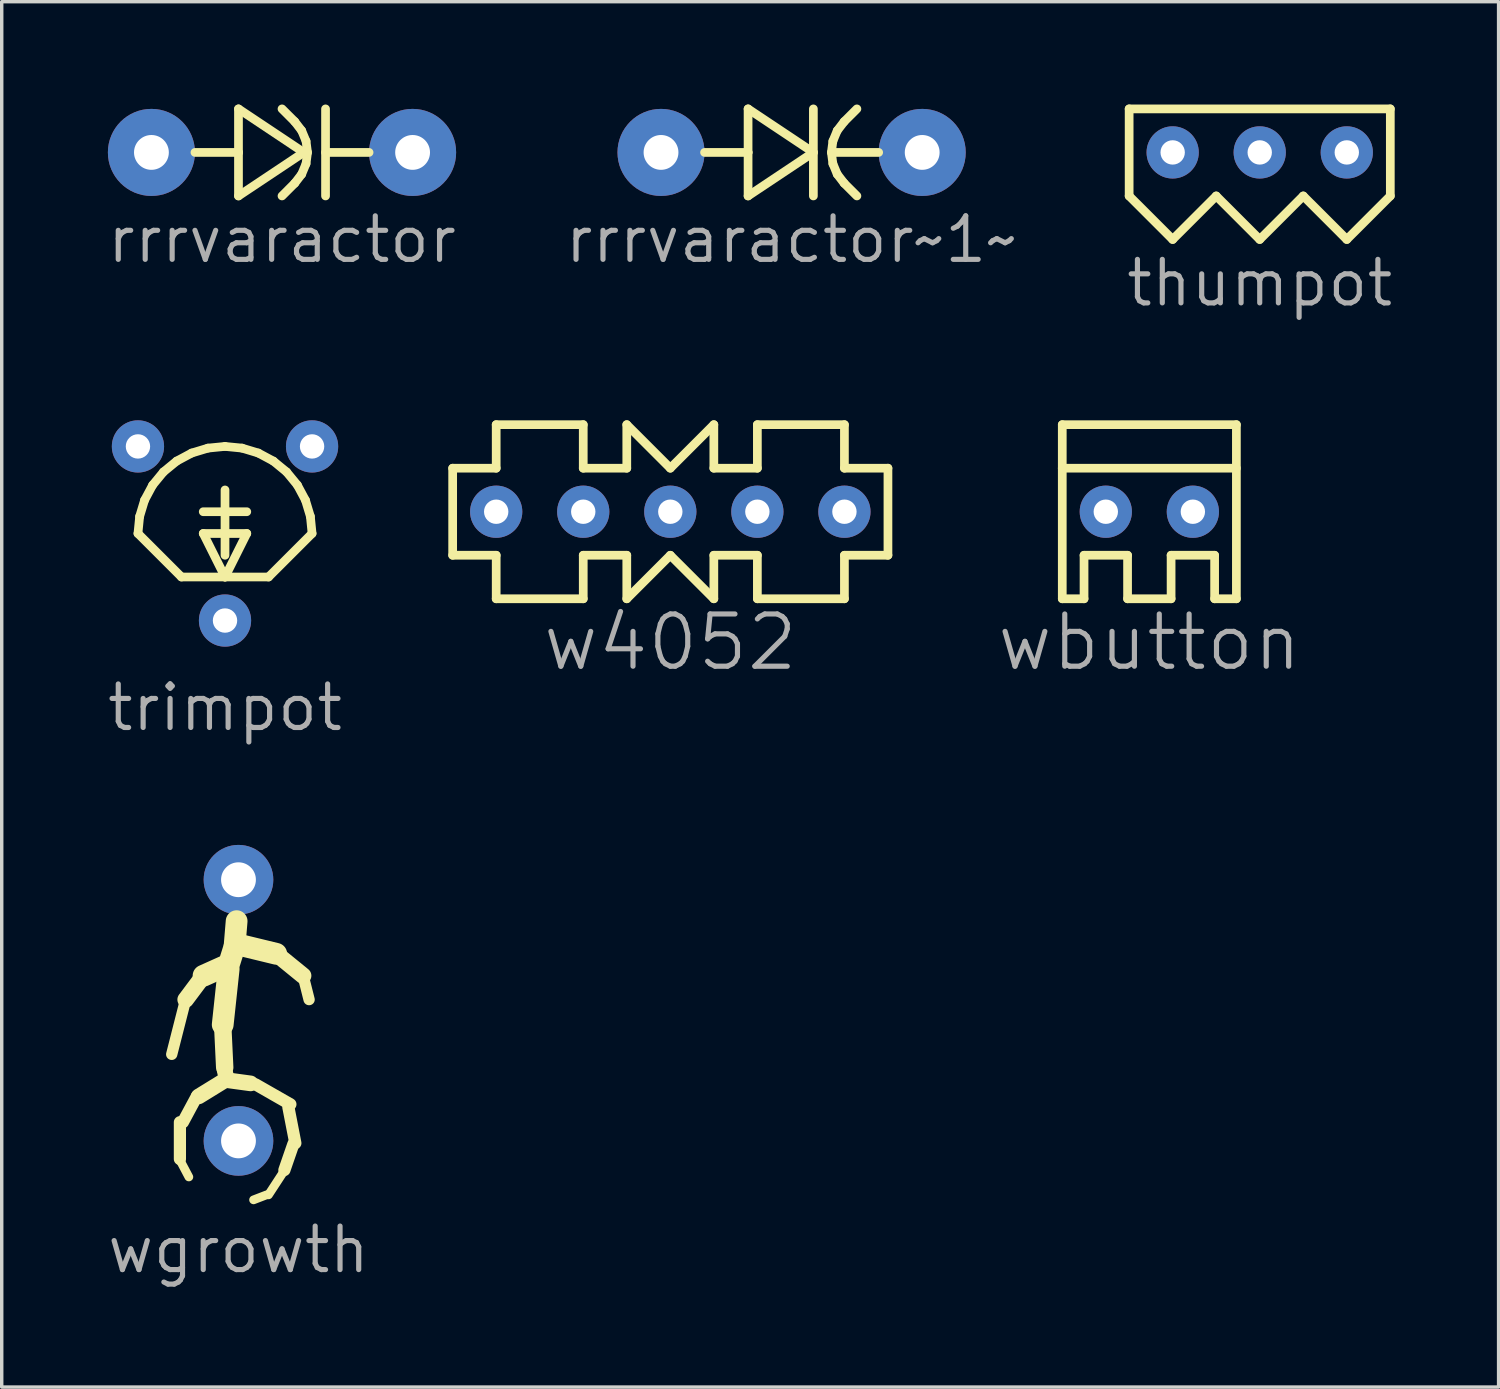
<source format=kicad_pcb>
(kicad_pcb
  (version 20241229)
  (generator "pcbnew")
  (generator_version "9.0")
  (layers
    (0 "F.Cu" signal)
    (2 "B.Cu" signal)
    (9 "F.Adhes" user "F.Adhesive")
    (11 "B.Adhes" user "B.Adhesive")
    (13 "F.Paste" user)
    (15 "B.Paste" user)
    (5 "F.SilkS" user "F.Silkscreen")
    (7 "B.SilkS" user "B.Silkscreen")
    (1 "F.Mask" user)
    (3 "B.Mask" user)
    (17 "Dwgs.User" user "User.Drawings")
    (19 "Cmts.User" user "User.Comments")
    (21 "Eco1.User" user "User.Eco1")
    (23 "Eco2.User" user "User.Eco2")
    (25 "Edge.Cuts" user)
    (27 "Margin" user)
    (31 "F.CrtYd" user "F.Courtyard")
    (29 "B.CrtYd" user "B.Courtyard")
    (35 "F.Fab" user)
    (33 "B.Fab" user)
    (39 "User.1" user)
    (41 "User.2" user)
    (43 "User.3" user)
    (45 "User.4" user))
  (footprint "wgrowth"
    (layer "F.Cu")
    (at 3.908 22.617)
    (property "Reference" "wgrowth" (at 0 10.795 0) (layer "F.Fab") (effects (font (size 1.27 1.27) (thickness 0.15))))
    (attr through_hole)
    (fp_line (start -1.709 7.075) (end -1.709 8.149) (stroke (width 0.356) (type default)) (layer "F.SilkS"))
    (fp_line (start -1.709 8.178) (end -1.448 8.672) (stroke (width 0.254) (type default)) (layer "F.SilkS"))
    (fp_line (start -1.541 3.497) (end -1.948 5.094) (stroke (width 0.33) (type default)) (layer "F.SilkS"))
    (fp_line (start -1.216 6.32) (end -1.622 7.075) (stroke (width 0.356) (type default)) (layer "F.SilkS"))
    (fp_line (start -1.019 2.8) (end -1.541 3.497) (stroke (width 0.483) (type default)) (layer "F.SilkS"))
    (fp_line (start -0.46 4.258) (end -0.402 5.478) (stroke (width 0.508) (type default)) (layer "F.SilkS"))
    (fp_line (start -0.438 2.539) (end -1.019 2.8) (stroke (width 0.635) (type default)) (layer "F.SilkS"))
    (fp_line (start -0.402 5.855) (end -1.157 6.32) (stroke (width 0.457) (type default)) (layer "F.SilkS"))
    (fp_line (start -0.344 5.826) (end -0.402 5.565) (stroke (width 0.457) (type default)) (layer "F.SilkS"))
    (fp_line (start -0.286 2.603) (end -0.46 4.229) (stroke (width 0.635) (type default)) (layer "F.SilkS"))
    (fp_line (start -0.286 5.855) (end 0.353 5.942) (stroke (width 0.457) (type default)) (layer "F.SilkS"))
    (fp_line (start -0.257 2.399) (end -0.112 1.935) (stroke (width 0.635) (type default)) (layer "F.SilkS"))
    (fp_line (start -0.112 1.906) (end -0.054 1.209) (stroke (width 0.635) (type default)) (layer "F.SilkS"))
    (fp_line (start 0.027 1.9) (end 1.101 2.161) (stroke (width 0.635) (type default)) (layer "F.SilkS"))
    (fp_line (start 0.498 5.971) (end 1.514 6.552) (stroke (width 0.356) (type default)) (layer "F.SilkS"))
    (fp_line (start 0.817 9.195) (end 0.44 9.34) (stroke (width 0.254) (type default)) (layer "F.SilkS"))
    (fp_line (start 1.101 2.161) (end 1.885 2.8) (stroke (width 0.483) (type default)) (layer "F.SilkS"))
    (fp_line (start 1.311 8.527) (end 0.875 9.195) (stroke (width 0.254) (type default)) (layer "F.SilkS"))
    (fp_line (start 1.456 6.639) (end 1.659 7.685) (stroke (width 0.356) (type default)) (layer "F.SilkS"))
    (fp_line (start 1.601 7.714) (end 1.34 8.469) (stroke (width 0.356) (type default)) (layer "F.SilkS"))
    (fp_line (start 1.885 2.8) (end 2.06 3.497) (stroke (width 0.33) (type default)) (layer "F.SilkS"))
    (pad "1" thru_hole circle (at 0 0) (size 2.032 2.032) (drill 1.016) (layers "*.Cu" "*.Mask"))
    (pad "2" thru_hole circle (at 0 7.62) (size 2.032 2.032) (drill 1.016) (layers "*.Cu" "*.Mask")))
  (footprint "rrrvaractor"
    (layer "F.Cu")
    (at 1.368 1.397)
    (property "Reference" "rrrvaractor" (at 3.81 2.54 0) (layer "F.Fab") (effects (font (size 1.27 1.27) (thickness 0.15))))
    (attr through_hole)
    (fp_line (start 2.54 -1.27) (end 2.54 0) (stroke (width 0.254) (type default)) (layer "F.SilkS"))
    (fp_line (start 2.54 0) (end 1.27 0) (stroke (width 0.254) (type default)) (layer "F.SilkS"))
    (fp_line (start 2.54 0) (end 2.54 1.27) (stroke (width 0.254) (type default)) (layer "F.SilkS"))
    (fp_line (start 2.54 1.27) (end 4.445 0) (stroke (width 0.254) (type default)) (layer "F.SilkS"))
    (fp_line (start 3.81 -1.27) (end 4.182 -0.898) (stroke (width 0.254) (type default)) (layer "F.SilkS"))
    (fp_line (start 4.182 -0.898) (end 4.384 -0.635) (stroke (width 0.254) (type default)) (layer "F.SilkS"))
    (fp_line (start 4.182 0.898) (end 3.81 1.27) (stroke (width 0.254) (type default)) (layer "F.SilkS"))
    (fp_line (start 4.384 -0.635) (end 4.511 -0.329) (stroke (width 0.254) (type default)) (layer "F.SilkS"))
    (fp_line (start 4.384 0.635) (end 4.182 0.898) (stroke (width 0.254) (type default)) (layer "F.SilkS"))
    (fp_line (start 4.445 0) (end 2.54 -1.27) (stroke (width 0.254) (type default)) (layer "F.SilkS"))
    (fp_line (start 4.511 -0.329) (end 4.554 0) (stroke (width 0.254) (type default)) (layer "F.SilkS"))
    (fp_line (start 4.511 0.329) (end 4.384 0.635) (stroke (width 0.254) (type default)) (layer "F.SilkS"))
    (fp_line (start 4.554 0) (end 4.511 0.329) (stroke (width 0.254) (type default)) (layer "F.SilkS"))
    (fp_line (start 5.08 -1.27) (end 5.08 1.27) (stroke (width 0.254) (type default)) (layer "F.SilkS"))
    (fp_line (start 5.08 0) (end 6.35 0) (stroke (width 0.254) (type default)) (layer "F.SilkS"))
    (pad "1" thru_hole oval (at 0 0) (size 2.54 2.54) (drill 1.016) (layers "*.Cu" "*.Mask"))
    (pad "2" thru_hole oval (at 7.62 0) (size 2.54 2.54) (drill 1.016) (layers "*.Cu" "*.Mask")))
  (footprint "trimpot"
    (layer "F.Cu")
    (at 0.975 9.975)
    (property "Reference" "trimpot" (at 2.54 7.62 0) (layer "F.Fab") (effects (font (size 1.27 1.27) (thickness 0.15))))
    (attr through_hole)
    (fp_line (start 0 2.54) (end 1.27 3.81) (stroke (width 0.254) (type default)) (layer "F.SilkS"))
    (fp_line (start 0.049 2.044) (end 0 2.54) (stroke (width 0.254) (type default)) (layer "F.SilkS"))
    (fp_line (start 0.193 1.568) (end 0.049 2.044) (stroke (width 0.254) (type default)) (layer "F.SilkS"))
    (fp_line (start 0.428 1.129) (end 0.193 1.568) (stroke (width 0.254) (type default)) (layer "F.SilkS"))
    (fp_line (start 0.744 0.744) (end 0.428 1.129) (stroke (width 0.254) (type default)) (layer "F.SilkS"))
    (fp_line (start 1.129 0.428) (end 0.744 0.744) (stroke (width 0.254) (type default)) (layer "F.SilkS"))
    (fp_line (start 1.27 3.81) (end 2.54 3.81) (stroke (width 0.254) (type default)) (layer "F.SilkS"))
    (fp_line (start 1.568 0.193) (end 1.129 0.428) (stroke (width 0.254) (type default)) (layer "F.SilkS"))
    (fp_line (start 1.905 1.905) (end 3.175 1.905) (stroke (width 0.254) (type default)) (layer "F.SilkS"))
    (fp_line (start 1.905 2.54) (end 2.54 3.81) (stroke (width 0.254) (type default)) (layer "F.SilkS"))
    (fp_line (start 2.044 0.049) (end 1.568 0.193) (stroke (width 0.254) (type default)) (layer "F.SilkS"))
    (fp_line (start 2.54 0) (end 2.044 0.049) (stroke (width 0.254) (type default)) (layer "F.SilkS"))
    (fp_line (start 2.54 1.27) (end 2.54 3.175) (stroke (width 0.254) (type default)) (layer "F.SilkS"))
    (fp_line (start 2.54 2.54) (end 1.905 2.54) (stroke (width 0.254) (type default)) (layer "F.SilkS"))
    (fp_line (start 2.54 3.81) (end 3.175 2.54) (stroke (width 0.254) (type default)) (layer "F.SilkS"))
    (fp_line (start 2.54 3.81) (end 3.81 3.81) (stroke (width 0.254) (type default)) (layer "F.SilkS"))
    (fp_line (start 3.036 0.049) (end 2.54 0) (stroke (width 0.254) (type default)) (layer "F.SilkS"))
    (fp_line (start 3.175 2.54) (end 2.54 2.54) (stroke (width 0.254) (type default)) (layer "F.SilkS"))
    (fp_line (start 3.512 0.193) (end 3.036 0.049) (stroke (width 0.254) (type default)) (layer "F.SilkS"))
    (fp_line (start 3.81 3.81) (end 5.08 2.54) (stroke (width 0.254) (type default)) (layer "F.SilkS"))
    (fp_line (start 3.951 0.428) (end 3.512 0.193) (stroke (width 0.254) (type default)) (layer "F.SilkS"))
    (fp_line (start 4.336 0.744) (end 3.951 0.428) (stroke (width 0.254) (type default)) (layer "F.SilkS"))
    (fp_line (start 4.652 1.129) (end 4.336 0.744) (stroke (width 0.254) (type default)) (layer "F.SilkS"))
    (fp_line (start 4.887 1.568) (end 4.652 1.129) (stroke (width 0.254) (type default)) (layer "F.SilkS"))
    (fp_line (start 5.031 2.044) (end 4.887 1.568) (stroke (width 0.254) (type default)) (layer "F.SilkS"))
    (fp_line (start 5.08 2.54) (end 5.031 2.044) (stroke (width 0.254) (type default)) (layer "F.SilkS"))
    (pad "1" thru_hole circle (at 0 0) (size 1.524 1.524) (drill 0.711) (layers "*.Cu" "*.Mask"))
    (pad "2" thru_hole circle (at 2.54 5.08) (size 1.524 1.524) (drill 0.711) (layers "*.Cu" "*.Mask"))
    (pad "3" thru_hole circle (at 5.08 0) (size 1.524 1.524) (drill 0.711) (layers "*.Cu" "*.Mask")))
  (footprint "thumpot"
    (layer "F.Cu")
    (at 31.164 1.397)
    (property "Reference" "thumpot" (at 2.54 3.81 0) (layer "F.Fab") (effects (font (size 1.27 1.27) (thickness 0.15))))
    (attr through_hole)
    (fp_line (start -1.27 -1.27) (end -1.27 1.27) (stroke (width 0.254) (type default)) (layer "F.SilkS"))
    (fp_line (start -1.27 1.27) (end 0 2.54) (stroke (width 0.254) (type default)) (layer "F.SilkS"))
    (fp_line (start 0 2.54) (end 1.27 1.27) (stroke (width 0.254) (type default)) (layer "F.SilkS"))
    (fp_line (start 1.27 1.27) (end 2.54 2.54) (stroke (width 0.254) (type default)) (layer "F.SilkS"))
    (fp_line (start 2.54 2.54) (end 3.81 1.27) (stroke (width 0.254) (type default)) (layer "F.SilkS"))
    (fp_line (start 3.81 1.27) (end 5.08 2.54) (stroke (width 0.254) (type default)) (layer "F.SilkS"))
    (fp_line (start 5.08 2.54) (end 6.35 1.27) (stroke (width 0.254) (type default)) (layer "F.SilkS"))
    (fp_line (start 6.35 -1.27) (end -1.27 -1.27) (stroke (width 0.254) (type default)) (layer "F.SilkS"))
    (fp_line (start 6.35 1.27) (end 6.35 -1.27) (stroke (width 0.254) (type default)) (layer "F.SilkS"))
    (pad "1" thru_hole circle (at 0 0) (size 1.524 1.524) (drill 0.711) (layers "*.Cu" "*.Mask"))
    (pad "2" thru_hole circle (at 2.54 0) (size 1.524 1.524) (drill 0.711) (layers "*.Cu" "*.Mask"))
    (pad "3" thru_hole circle (at 5.08 0) (size 1.524 1.524) (drill 0.711) (layers "*.Cu" "*.Mask")))
  (footprint "w4052"
    (layer "F.Cu")
    (at 16.507 11.88)
    (property "Reference" "w4052" (at 0 3.81 0) (layer "F.Fab") (effects (font (size 1.524 1.524) (thickness 0.15))))
    (attr through_hole)
    (fp_line (start -6.35 -1.27) (end -5.08 -1.27) (stroke (width 0.254) (type default)) (layer "F.SilkS"))
    (fp_line (start -6.35 1.27) (end -6.35 -1.27) (stroke (width 0.254) (type default)) (layer "F.SilkS"))
    (fp_line (start -5.08 -2.54) (end -2.54 -2.54) (stroke (width 0.254) (type default)) (layer "F.SilkS"))
    (fp_line (start -5.08 -1.27) (end -5.08 -2.54) (stroke (width 0.254) (type default)) (layer "F.SilkS"))
    (fp_line (start -5.08 1.27) (end -6.35 1.27) (stroke (width 0.254) (type default)) (layer "F.SilkS"))
    (fp_line (start -5.08 2.54) (end -5.08 1.27) (stroke (width 0.254) (type default)) (layer "F.SilkS"))
    (fp_line (start -2.54 -2.54) (end -2.54 -1.27) (stroke (width 0.254) (type default)) (layer "F.SilkS"))
    (fp_line (start -2.54 -1.27) (end -1.27 -1.27) (stroke (width 0.254) (type default)) (layer "F.SilkS"))
    (fp_line (start -2.54 1.27) (end -2.54 2.54) (stroke (width 0.254) (type default)) (layer "F.SilkS"))
    (fp_line (start -2.54 2.54) (end -5.08 2.54) (stroke (width 0.254) (type default)) (layer "F.SilkS"))
    (fp_line (start -1.27 -2.54) (end 0 -1.27) (stroke (width 0.254) (type default)) (layer "F.SilkS"))
    (fp_line (start -1.27 -1.27) (end -1.27 -2.54) (stroke (width 0.254) (type default)) (layer "F.SilkS"))
    (fp_line (start -1.27 1.27) (end -2.54 1.27) (stroke (width 0.254) (type default)) (layer "F.SilkS"))
    (fp_line (start -1.27 2.54) (end -1.27 1.27) (stroke (width 0.254) (type default)) (layer "F.SilkS"))
    (fp_line (start 0 -1.27) (end 1.27 -2.54) (stroke (width 0.254) (type default)) (layer "F.SilkS"))
    (fp_line (start 0 1.27) (end -1.27 2.54) (stroke (width 0.254) (type default)) (layer "F.SilkS"))
    (fp_line (start 1.27 -2.54) (end 1.27 -1.27) (stroke (width 0.254) (type default)) (layer "F.SilkS"))
    (fp_line (start 1.27 -1.27) (end 2.54 -1.27) (stroke (width 0.254) (type default)) (layer "F.SilkS"))
    (fp_line (start 1.27 1.27) (end 1.27 2.54) (stroke (width 0.254) (type default)) (layer "F.SilkS"))
    (fp_line (start 1.27 2.54) (end 0 1.27) (stroke (width 0.254) (type default)) (layer "F.SilkS"))
    (fp_line (start 2.54 -2.54) (end 5.08 -2.54) (stroke (width 0.254) (type default)) (layer "F.SilkS"))
    (fp_line (start 2.54 -1.27) (end 2.54 -2.54) (stroke (width 0.254) (type default)) (layer "F.SilkS"))
    (fp_line (start 2.54 1.27) (end 1.27 1.27) (stroke (width 0.254) (type default)) (layer "F.SilkS"))
    (fp_line (start 2.54 2.54) (end 2.54 1.27) (stroke (width 0.254) (type default)) (layer "F.SilkS"))
    (fp_line (start 5.08 -2.54) (end 5.08 -1.27) (stroke (width 0.254) (type default)) (layer "F.SilkS"))
    (fp_line (start 5.08 -1.27) (end 6.35 -1.27) (stroke (width 0.254) (type default)) (layer "F.SilkS"))
    (fp_line (start 5.08 1.27) (end 5.08 2.54) (stroke (width 0.254) (type default)) (layer "F.SilkS"))
    (fp_line (start 5.08 2.54) (end 2.54 2.54) (stroke (width 0.254) (type default)) (layer "F.SilkS"))
    (fp_line (start 6.35 -1.27) (end 6.35 1.27) (stroke (width 0.254) (type default)) (layer "F.SilkS"))
    (fp_line (start 6.35 1.27) (end 5.08 1.27) (stroke (width 0.254) (type default)) (layer "F.SilkS"))
    (pad "1" thru_hole circle (at 0 0) (size 1.524 1.524) (drill 0.711) (layers "*.Cu" "*.Mask"))
    (pad "2" thru_hole circle (at 2.54 0) (size 1.524 1.524) (drill 0.711) (layers "*.Cu" "*.Mask"))
    (pad "3" thru_hole circle (at 5.08 0) (size 1.524 1.524) (drill 0.711) (layers "*.Cu" "*.Mask"))
    (pad "4" thru_hole circle (at -2.54 0) (size 1.524 1.524) (drill 0.711) (layers "*.Cu" "*.Mask"))
    (pad "5" thru_hole circle (at -5.08 0) (size 1.524 1.524) (drill 0.711) (layers "*.Cu" "*.Mask")))
  (footprint "wbutton"
    (layer "F.Cu")
    (at 29.213 11.88)
    (property "Reference" "wbutton" (at 1.27 3.81 0) (layer "F.Fab") (effects (font (size 1.524 1.524) (thickness 0.15))))
    (attr through_hole)
    (fp_line (start -1.27 -2.54) (end 3.81 -2.54) (stroke (width 0.254) (type default)) (layer "F.SilkS"))
    (fp_line (start -1.27 -1.27) (end -1.27 -2.54) (stroke (width 0.254) (type default)) (layer "F.SilkS"))
    (fp_line (start -1.27 -1.27) (end -1.27 2.54) (stroke (width 0.254) (type default)) (layer "F.SilkS"))
    (fp_line (start -0.635 1.27) (end -0.635 2.54) (stroke (width 0.254) (type default)) (layer "F.SilkS"))
    (fp_line (start -0.635 2.54) (end -1.27 2.54) (stroke (width 0.254) (type default)) (layer "F.SilkS"))
    (fp_line (start 0.635 1.27) (end -0.635 1.27) (stroke (width 0.254) (type default)) (layer "F.SilkS"))
    (fp_line (start 0.635 2.54) (end 0.635 1.27) (stroke (width 0.254) (type default)) (layer "F.SilkS"))
    (fp_line (start 1.905 1.27) (end 1.905 2.54) (stroke (width 0.254) (type default)) (layer "F.SilkS"))
    (fp_line (start 1.905 2.54) (end 0.635 2.54) (stroke (width 0.254) (type default)) (layer "F.SilkS"))
    (fp_line (start 3.175 1.27) (end 1.905 1.27) (stroke (width 0.254) (type default)) (layer "F.SilkS"))
    (fp_line (start 3.175 2.54) (end 3.175 1.27) (stroke (width 0.254) (type default)) (layer "F.SilkS"))
    (fp_line (start 3.81 -2.54) (end 3.81 2.54) (stroke (width 0.254) (type default)) (layer "F.SilkS"))
    (fp_line (start 3.81 -1.27) (end -1.27 -1.27) (stroke (width 0.254) (type default)) (layer "F.SilkS"))
    (fp_line (start 3.81 2.54) (end 3.175 2.54) (stroke (width 0.254) (type default)) (layer "F.SilkS"))
    (pad "1" thru_hole circle (at 0 0) (size 1.524 1.524) (drill 0.711) (layers "*.Cu" "*.Mask"))
    (pad "2" thru_hole circle (at 2.54 0) (size 1.524 1.524) (drill 0.711) (layers "*.Cu" "*.Mask")))
  (footprint "rrrvaractor~1~"
    (layer "F.Cu")
    (at 16.236 1.397)
    (property "Reference" "rrrvaractor~1~" (at 3.81 2.54 0) (layer "F.Fab") (effects (font (size 1.27 1.27) (thickness 0.15))))
    (attr through_hole)
    (fp_line (start 2.54 -1.27) (end 2.54 0) (stroke (width 0.254) (type default)) (layer "F.SilkS"))
    (fp_line (start 2.54 0) (end 1.27 0) (stroke (width 0.254) (type default)) (layer "F.SilkS"))
    (fp_line (start 2.54 0) (end 2.54 1.27) (stroke (width 0.254) (type default)) (layer "F.SilkS"))
    (fp_line (start 2.54 1.27) (end 4.445 0) (stroke (width 0.254) (type default)) (layer "F.SilkS"))
    (fp_line (start 4.445 0) (end 2.54 -1.27) (stroke (width 0.254) (type default)) (layer "F.SilkS"))
    (fp_line (start 4.445 1.27) (end 4.445 -1.27) (stroke (width 0.254) (type default)) (layer "F.SilkS"))
    (fp_line (start 4.971 0) (end 5.014 -0.329) (stroke (width 0.254) (type default)) (layer "F.SilkS"))
    (fp_line (start 5.014 -0.329) (end 5.141 -0.635) (stroke (width 0.254) (type default)) (layer "F.SilkS"))
    (fp_line (start 5.014 0.329) (end 4.971 0) (stroke (width 0.254) (type default)) (layer "F.SilkS"))
    (fp_line (start 5.08 0) (end 6.35 0) (stroke (width 0.254) (type default)) (layer "F.SilkS"))
    (fp_line (start 5.141 -0.635) (end 5.343 -0.898) (stroke (width 0.254) (type default)) (layer "F.SilkS"))
    (fp_line (start 5.141 0.635) (end 5.014 0.329) (stroke (width 0.254) (type default)) (layer "F.SilkS"))
    (fp_line (start 5.343 -0.898) (end 5.715 -1.27) (stroke (width 0.254) (type default)) (layer "F.SilkS"))
    (fp_line (start 5.343 0.898) (end 5.141 0.635) (stroke (width 0.254) (type default)) (layer "F.SilkS"))
    (fp_line (start 5.715 1.27) (end 5.343 0.898) (stroke (width 0.254) (type default)) (layer "F.SilkS"))
    (pad "1" thru_hole oval (at 0 0) (size 2.54 2.54) (drill 1.016) (layers "*.Cu" "*.Mask"))
    (pad "2" thru_hole oval (at 7.62 0) (size 2.54 2.54) (drill 1.016) (layers "*.Cu" "*.Mask")))
  (gr_rect
    (start -3 -3)
    (end 40.673 37.419)
    (stroke (width 0.1) (type default))
    (fill no)
    (layer "Edge.Cuts")))
</source>
